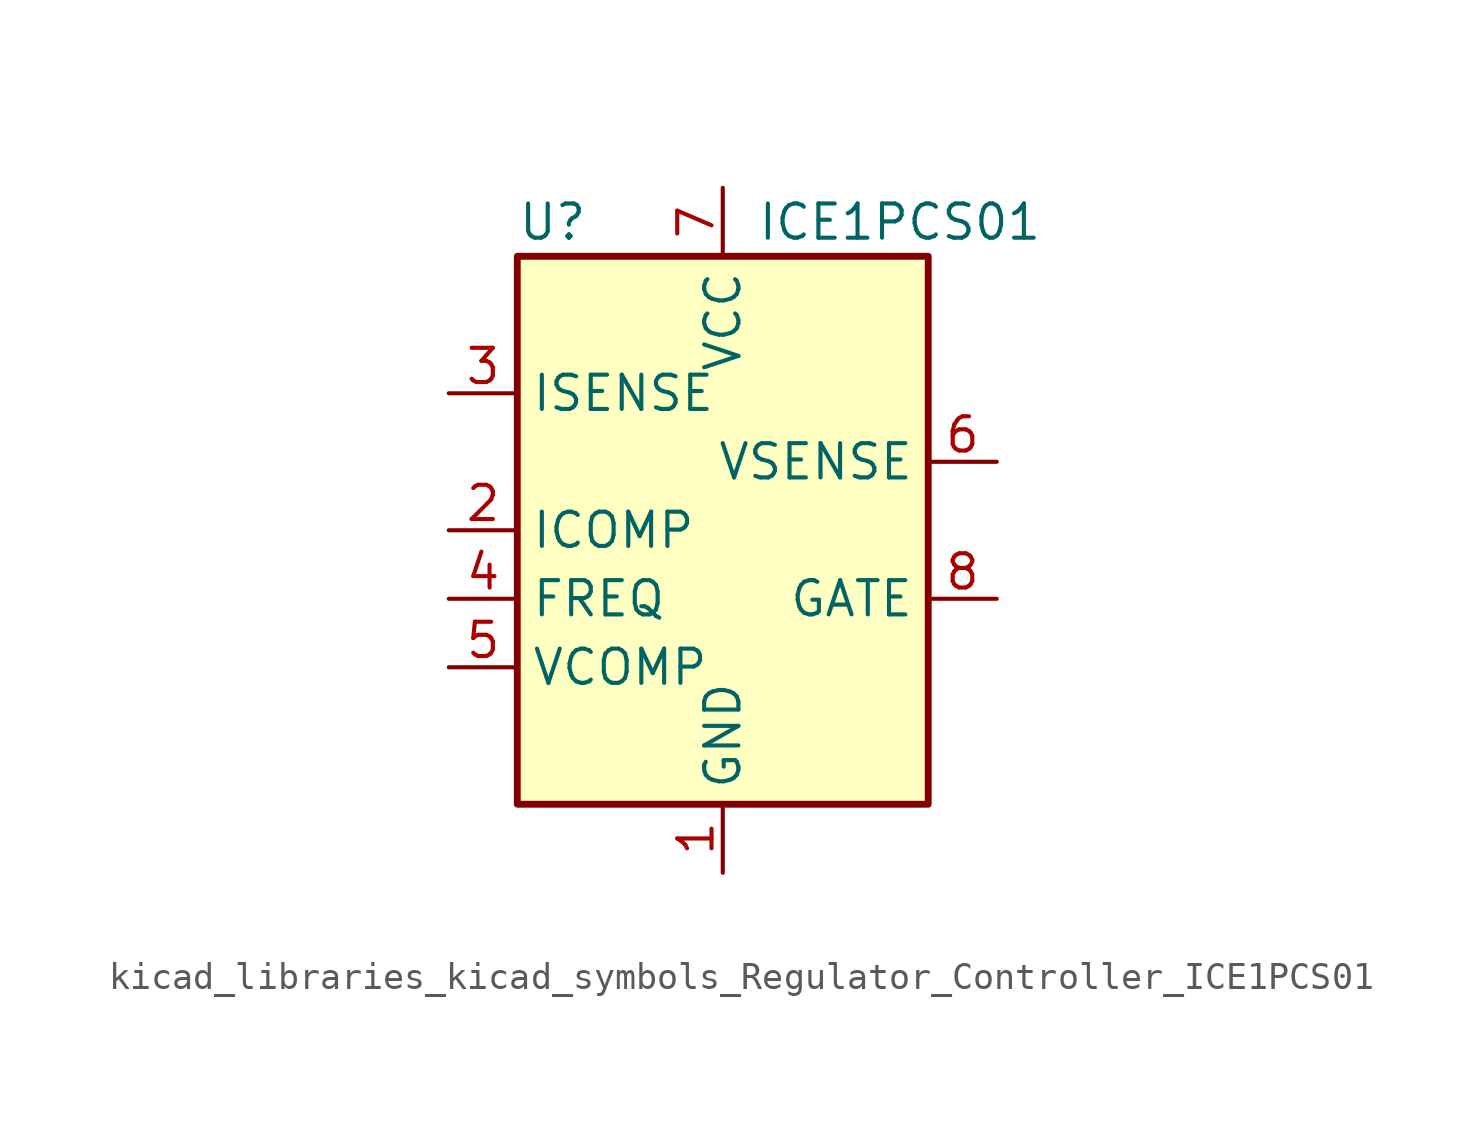
<source format=kicad_sym>
(kicad_symbol_lib
  (version 20220914)
  (generator kicad_symbol_editor)
  (symbol "kicad_libraries_kicad_symbols_Regulator_Controller_ICE1PCS01"
    (property "Reference" "U"
      (at -7.62 11.43 0)
      (effects (font (size 1.27 1.27)) (justify left)))
    (property "Value" "ICE1PCS01"
      (at 1.27 11.43 0)
      (effects (font (size 1.27 1.27)) (justify left)))
    (symbol "kicad_libraries_kicad_symbols_Regulator_Controller_ICE1PCS01_0_0"
      (rectangle (start -7.62 10.16) (end 7.62 -10.16) (stroke (width 0.254) (type default)) (fill (type background))))
    (symbol "kicad_libraries_kicad_symbols_Regulator_Controller_ICE1PCS01_1_1"
      (pin power_in line (at 0 -12.7 90) (length 2.54) (name "GND" (effects (font (size 1.27 1.27)))) (number "1" (effects (font (size 1.27 1.27)))))
      (pin passive line (at -10.16 0 0) (length 2.54) (name "ICOMP" (effects (font (size 1.27 1.27)))) (number "2" (effects (font (size 1.27 1.27)))))
      (pin input line (at -10.16 5.08 0) (length 2.54) (name "ISENSE" (effects (font (size 1.27 1.27)))) (number "3" (effects (font (size 1.27 1.27)))))
      (pin passive line (at -10.16 -2.54 0) (length 2.54) (name "FREQ" (effects (font (size 1.27 1.27)))) (number "4" (effects (font (size 1.27 1.27)))))
      (pin passive line (at -10.16 -5.08 0) (length 2.54) (name "VCOMP" (effects (font (size 1.27 1.27)))) (number "5" (effects (font (size 1.27 1.27)))))
      (pin input line (at 10.16 2.54 180) (length 2.54) (name "VSENSE" (effects (font (size 1.27 1.27)))) (number "6" (effects (font (size 1.27 1.27)))))
      (pin power_in line (at 0 12.7 270) (length 2.54) (name "VCC" (effects (font (size 1.27 1.27)))) (number "7" (effects (font (size 1.27 1.27)))))
      (pin output line (at 10.16 -2.54 180) (length 2.54) (name "GATE" (effects (font (size 1.27 1.27)))) (number "8" (effects (font (size 1.27 1.27))))))))
</source>
